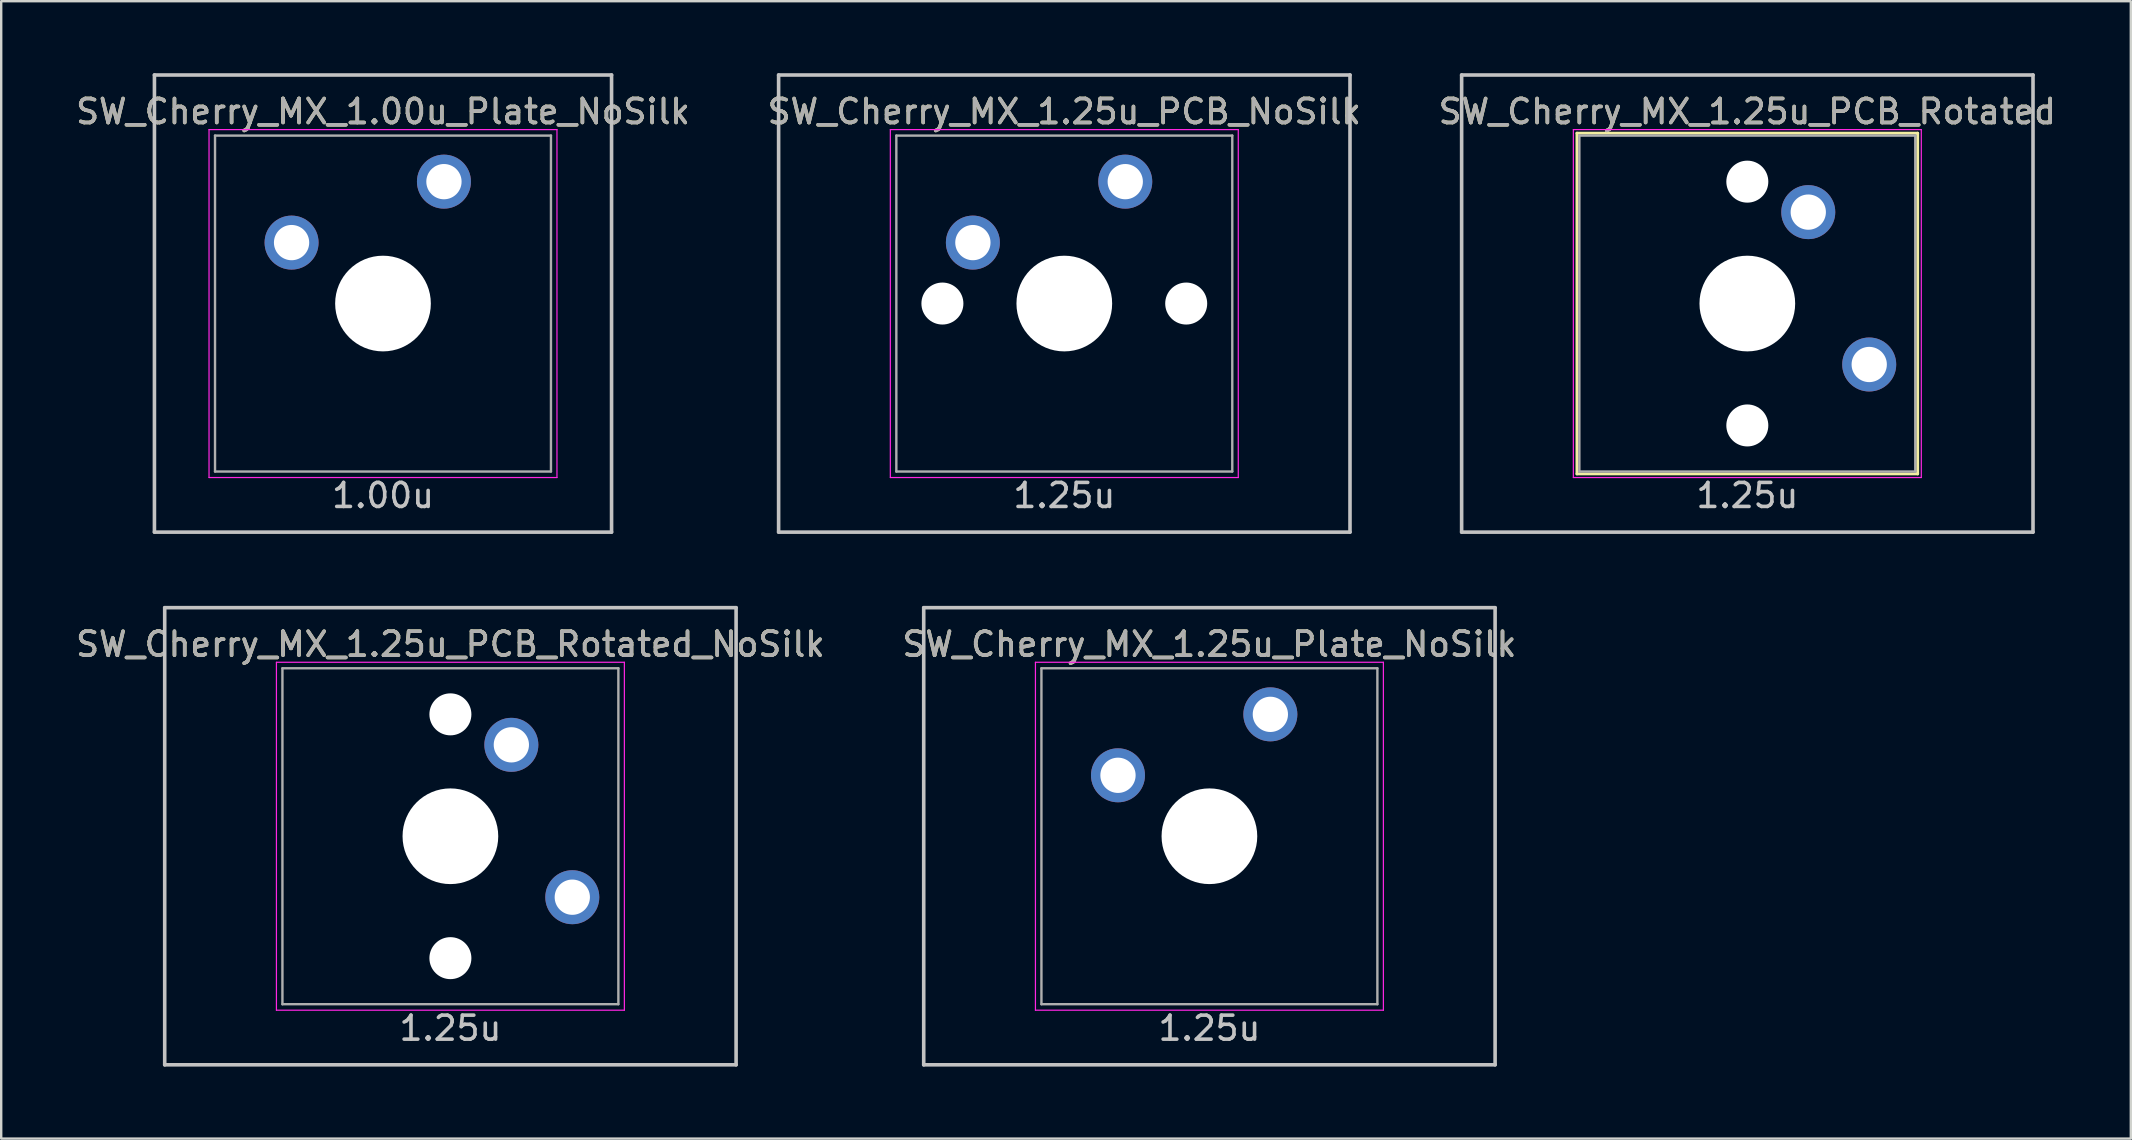
<source format=kicad_pcb>
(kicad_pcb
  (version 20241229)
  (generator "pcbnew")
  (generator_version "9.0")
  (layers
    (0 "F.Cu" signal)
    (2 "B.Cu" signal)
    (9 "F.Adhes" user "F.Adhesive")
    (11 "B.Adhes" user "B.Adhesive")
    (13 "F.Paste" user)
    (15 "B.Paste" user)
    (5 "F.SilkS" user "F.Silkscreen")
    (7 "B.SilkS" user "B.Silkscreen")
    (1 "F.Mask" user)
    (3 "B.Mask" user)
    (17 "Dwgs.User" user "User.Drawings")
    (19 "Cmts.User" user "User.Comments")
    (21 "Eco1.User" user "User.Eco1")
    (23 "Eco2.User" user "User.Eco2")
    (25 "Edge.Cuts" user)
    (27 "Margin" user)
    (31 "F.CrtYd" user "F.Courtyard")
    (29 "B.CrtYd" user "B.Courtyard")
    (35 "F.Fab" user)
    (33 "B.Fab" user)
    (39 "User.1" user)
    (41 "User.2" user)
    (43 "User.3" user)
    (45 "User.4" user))
  (footprint "SW_Cherry_MX_1.25u_Plate_NoSilk"
    (layer "F.Cu")
    (at 47.351 31.8)
    (property "Reference" "SW_Cherry_MX_1.25u_Plate_NoSilk" (at 0 -8 0) (layer "F.SilkS") (effects (font (size 1 1) (thickness 0.15))))
    (attr through_hole)
    (fp_line (start -11.906 -9.525) (end 11.906 -9.525) (stroke (width 0.15) (type solid)) (layer "Dwgs.User"))
    (fp_line (start -11.906 9.525) (end -11.906 -9.525) (stroke (width 0.15) (type solid)) (layer "Dwgs.User"))
    (fp_line (start -11.906 9.525) (end 11.906 9.525) (stroke (width 0.15) (type solid)) (layer "Dwgs.User"))
    (fp_line (start 11.906 -9.525) (end 11.906 9.525) (stroke (width 0.15) (type solid)) (layer "Dwgs.User"))
    (fp_line (start -7.25 -7.25) (end 7.25 -7.25) (stroke (width 0.05) (type solid)) (layer "F.CrtYd"))
    (fp_line (start -7.25 7.25) (end -7.25 -7.25) (stroke (width 0.05) (type solid)) (layer "F.CrtYd"))
    (fp_line (start 7.25 -7.25) (end 7.25 7.25) (stroke (width 0.05) (type solid)) (layer "F.CrtYd"))
    (fp_line (start 7.25 7.25) (end -7.25 7.25) (stroke (width 0.05) (type solid)) (layer "F.CrtYd"))
    (fp_line (start -7 -7) (end 7 -7) (stroke (width 0.1) (type solid)) (layer "F.Fab"))
    (fp_line (start -7 7) (end -7 -7) (stroke (width 0.1) (type solid)) (layer "F.Fab"))
    (fp_line (start 7 -7) (end 7 7) (stroke (width 0.1) (type solid)) (layer "F.Fab"))
    (fp_line (start 7 7) (end -7 7) (stroke (width 0.1) (type solid)) (layer "F.Fab"))
    (fp_text user "1.25u" (at 0 8 0) (layer "Dwgs.User") (effects (font (size 1 1) (thickness 0.15))))
    (fp_text user "${REFERENCE}" (at 0 -8 0) (layer "F.Fab") (effects (font (size 1 1) (thickness 0.15))))
    (pad "" np_thru_hole circle (at 0 0) (size 3.988 3.988) (drill 3.988) (layers "*.Cu" "*.Mask"))
    (pad "1" thru_hole circle (at -3.81 -2.54) (size 2.25 2.25) (drill 1.47) (layers "*.Cu" "B.Mask"))
    (pad "2" thru_hole circle (at 2.54 -5.08) (size 2.25 2.25) (drill 1.47) (layers "*.Cu" "B.Mask")))
  (footprint "SW_Cherry_MX_1.25u_PCB_Rotated_NoSilk"
    (layer "F.Cu")
    (at 15.72 31.8)
    (property "Reference" "SW_Cherry_MX_1.25u_PCB_Rotated_NoSilk" (at 0 -8 0) (layer "F.SilkS") (effects (font (size 1 1) (thickness 0.15))))
    (attr through_hole)
    (fp_line (start -11.906 -9.525) (end 11.906 -9.525) (stroke (width 0.15) (type solid)) (layer "Dwgs.User"))
    (fp_line (start -11.906 9.525) (end -11.906 -9.525) (stroke (width 0.15) (type solid)) (layer "Dwgs.User"))
    (fp_line (start -11.906 9.525) (end 11.906 9.525) (stroke (width 0.15) (type solid)) (layer "Dwgs.User"))
    (fp_line (start 11.906 -9.525) (end 11.906 9.525) (stroke (width 0.15) (type solid)) (layer "Dwgs.User"))
    (fp_line (start -7.25 -7.25) (end 7.25 -7.25) (stroke (width 0.05) (type solid)) (layer "F.CrtYd"))
    (fp_line (start -7.25 7.25) (end -7.25 -7.25) (stroke (width 0.05) (type solid)) (layer "F.CrtYd"))
    (fp_line (start 7.25 -7.25) (end 7.25 7.25) (stroke (width 0.05) (type solid)) (layer "F.CrtYd"))
    (fp_line (start 7.25 7.25) (end -7.25 7.25) (stroke (width 0.05) (type solid)) (layer "F.CrtYd"))
    (fp_line (start -7 -7) (end 7 -7) (stroke (width 0.1) (type solid)) (layer "F.Fab"))
    (fp_line (start -7 7) (end -7 -7) (stroke (width 0.1) (type solid)) (layer "F.Fab"))
    (fp_line (start 7 -7) (end 7 7) (stroke (width 0.1) (type solid)) (layer "F.Fab"))
    (fp_line (start 7 7) (end -7 7) (stroke (width 0.1) (type solid)) (layer "F.Fab"))
    (fp_text user "1.25u" (at 0 8 0) (layer "Dwgs.User") (effects (font (size 1 1) (thickness 0.15))))
    (fp_text user "${REFERENCE}" (at 0 -8 0) (layer "F.Fab") (effects (font (size 1 1) (thickness 0.15))))
    (pad "" np_thru_hole circle (at 0 -5.08 318.1) (size 1.75 1.75) (drill 1.75) (layers "*.Cu" "*.Mask"))
    (pad "" np_thru_hole circle (at 0 0 270) (size 3.988 3.988) (drill 3.988) (layers "*.Cu" "*.Mask"))
    (pad "" np_thru_hole circle (at 0 5.08 318.1) (size 1.75 1.75) (drill 1.75) (layers "*.Cu" "*.Mask"))
    (pad "1" thru_hole circle (at 2.54 -3.81 270) (size 2.25 2.25) (drill 1.47) (layers "*.Cu" "B.Mask"))
    (pad "2" thru_hole circle (at 5.08 2.54 270) (size 2.25 2.25) (drill 1.47) (layers "*.Cu" "B.Mask")))
  (footprint "SW_Cherry_MX_1.25u_PCB_Rotated"
    (layer "F.Cu")
    (at 69.768 9.6)
    (property "Reference" "SW_Cherry_MX_1.25u_PCB_Rotated" (at 0 -8 0) (layer "F.SilkS") (effects (font (size 1 1) (thickness 0.15))))
    (attr through_hole)
    (fp_line (start -7.1 -7.1) (end 7.1 -7.1) (stroke (width 0.12) (type solid)) (layer "F.SilkS"))
    (fp_line (start -7.1 7.1) (end -7.1 -7.1) (stroke (width 0.12) (type solid)) (layer "F.SilkS"))
    (fp_line (start 7.1 -7.1) (end 7.1 7.1) (stroke (width 0.12) (type solid)) (layer "F.SilkS"))
    (fp_line (start 7.1 7.1) (end -7.1 7.1) (stroke (width 0.12) (type solid)) (layer "F.SilkS"))
    (fp_line (start -11.906 -9.525) (end 11.906 -9.525) (stroke (width 0.15) (type solid)) (layer "Dwgs.User"))
    (fp_line (start -11.906 9.525) (end -11.906 -9.525) (stroke (width 0.15) (type solid)) (layer "Dwgs.User"))
    (fp_line (start -11.906 9.525) (end 11.906 9.525) (stroke (width 0.15) (type solid)) (layer "Dwgs.User"))
    (fp_line (start 11.906 -9.525) (end 11.906 9.525) (stroke (width 0.15) (type solid)) (layer "Dwgs.User"))
    (fp_line (start -7.25 -7.25) (end 7.25 -7.25) (stroke (width 0.05) (type solid)) (layer "F.CrtYd"))
    (fp_line (start -7.25 7.25) (end -7.25 -7.25) (stroke (width 0.05) (type solid)) (layer "F.CrtYd"))
    (fp_line (start 7.25 -7.25) (end 7.25 7.25) (stroke (width 0.05) (type solid)) (layer "F.CrtYd"))
    (fp_line (start 7.25 7.25) (end -7.25 7.25) (stroke (width 0.05) (type solid)) (layer "F.CrtYd"))
    (fp_line (start -7 -7) (end 7 -7) (stroke (width 0.1) (type solid)) (layer "F.Fab"))
    (fp_line (start -7 7) (end -7 -7) (stroke (width 0.1) (type solid)) (layer "F.Fab"))
    (fp_line (start 7 -7) (end 7 7) (stroke (width 0.1) (type solid)) (layer "F.Fab"))
    (fp_line (start 7 7) (end -7 7) (stroke (width 0.1) (type solid)) (layer "F.Fab"))
    (fp_text user "1.25u" (at 0 8 0) (layer "Dwgs.User") (effects (font (size 1 1) (thickness 0.15))))
    (fp_text user "${REFERENCE}" (at 0 -8 0) (layer "F.Fab") (effects (font (size 1 1) (thickness 0.15))))
    (pad "" np_thru_hole circle (at 0 -5.08 318.1) (size 1.75 1.75) (drill 1.75) (layers "*.Cu" "*.Mask"))
    (pad "" np_thru_hole circle (at 0 0 270) (size 3.988 3.988) (drill 3.988) (layers "*.Cu" "*.Mask"))
    (pad "" np_thru_hole circle (at 0 5.08 318.1) (size 1.75 1.75) (drill 1.75) (layers "*.Cu" "*.Mask"))
    (pad "1" thru_hole circle (at 2.54 -3.81 270) (size 2.25 2.25) (drill 1.47) (layers "*.Cu" "B.Mask"))
    (pad "2" thru_hole circle (at 5.08 2.54 270) (size 2.25 2.25) (drill 1.47) (layers "*.Cu" "B.Mask")))
  (footprint "SW_Cherry_MX_1.25u_PCB_NoSilk"
    (layer "F.Cu")
    (at 41.304 9.6)
    (property "Reference" "SW_Cherry_MX_1.25u_PCB_NoSilk" (at 0 -8 0) (layer "F.SilkS") (effects (font (size 1 1) (thickness 0.15))))
    (attr through_hole)
    (fp_line (start -11.906 -9.525) (end 11.906 -9.525) (stroke (width 0.15) (type solid)) (layer "Dwgs.User"))
    (fp_line (start -11.906 9.525) (end -11.906 -9.525) (stroke (width 0.15) (type solid)) (layer "Dwgs.User"))
    (fp_line (start -11.906 9.525) (end 11.906 9.525) (stroke (width 0.15) (type solid)) (layer "Dwgs.User"))
    (fp_line (start 11.906 -9.525) (end 11.906 9.525) (stroke (width 0.15) (type solid)) (layer "Dwgs.User"))
    (fp_line (start -7.25 -7.25) (end 7.25 -7.25) (stroke (width 0.05) (type solid)) (layer "F.CrtYd"))
    (fp_line (start -7.25 7.25) (end -7.25 -7.25) (stroke (width 0.05) (type solid)) (layer "F.CrtYd"))
    (fp_line (start 7.25 -7.25) (end 7.25 7.25) (stroke (width 0.05) (type solid)) (layer "F.CrtYd"))
    (fp_line (start 7.25 7.25) (end -7.25 7.25) (stroke (width 0.05) (type solid)) (layer "F.CrtYd"))
    (fp_line (start -7 -7) (end 7 -7) (stroke (width 0.1) (type solid)) (layer "F.Fab"))
    (fp_line (start -7 7) (end -7 -7) (stroke (width 0.1) (type solid)) (layer "F.Fab"))
    (fp_line (start 7 -7) (end 7 7) (stroke (width 0.1) (type solid)) (layer "F.Fab"))
    (fp_line (start 7 7) (end -7 7) (stroke (width 0.1) (type solid)) (layer "F.Fab"))
    (fp_text user "1.25u" (at 0 8 0) (layer "Dwgs.User") (effects (font (size 1 1) (thickness 0.15))))
    (fp_text user "${REFERENCE}" (at 0 -8 0) (layer "F.Fab") (effects (font (size 1 1) (thickness 0.15))))
    (pad "" np_thru_hole circle (at -5.08 0 48.1) (size 1.75 1.75) (drill 1.75) (layers "*.Cu" "*.Mask"))
    (pad "" np_thru_hole circle (at 0 0) (size 3.988 3.988) (drill 3.988) (layers "*.Cu" "*.Mask"))
    (pad "" np_thru_hole circle (at 5.08 0 48.1) (size 1.75 1.75) (drill 1.75) (layers "*.Cu" "*.Mask"))
    (pad "1" thru_hole circle (at -3.81 -2.54) (size 2.25 2.25) (drill 1.47) (layers "*.Cu" "B.Mask"))
    (pad "2" thru_hole circle (at 2.54 -5.08) (size 2.25 2.25) (drill 1.47) (layers "*.Cu" "B.Mask")))
  (footprint "SW_Cherry_MX_1.00u_Plate_NoSilk"
    (layer "F.Cu")
    (at 12.911 9.6)
    (property "Reference" "SW_Cherry_MX_1.00u_Plate_NoSilk" (at 0 -8 0) (layer "F.SilkS") (effects (font (size 1 1) (thickness 0.15))))
    (attr through_hole)
    (fp_line (start -9.525 -9.525) (end 9.525 -9.525) (stroke (width 0.15) (type solid)) (layer "Dwgs.User"))
    (fp_line (start -9.525 9.525) (end -9.525 -9.525) (stroke (width 0.15) (type solid)) (layer "Dwgs.User"))
    (fp_line (start 9.525 -9.525) (end 9.525 9.525) (stroke (width 0.15) (type solid)) (layer "Dwgs.User"))
    (fp_line (start 9.525 9.525) (end -9.525 9.525) (stroke (width 0.15) (type solid)) (layer "Dwgs.User"))
    (fp_line (start -7.25 -7.25) (end 7.25 -7.25) (stroke (width 0.05) (type solid)) (layer "F.CrtYd"))
    (fp_line (start -7.25 7.25) (end -7.25 -7.25) (stroke (width 0.05) (type solid)) (layer "F.CrtYd"))
    (fp_line (start 7.25 -7.25) (end 7.25 7.25) (stroke (width 0.05) (type solid)) (layer "F.CrtYd"))
    (fp_line (start 7.25 7.25) (end -7.25 7.25) (stroke (width 0.05) (type solid)) (layer "F.CrtYd"))
    (fp_line (start -7 -7) (end 7 -7) (stroke (width 0.1) (type solid)) (layer "F.Fab"))
    (fp_line (start -7 7) (end -7 -7) (stroke (width 0.1) (type solid)) (layer "F.Fab"))
    (fp_line (start 7 -7) (end 7 7) (stroke (width 0.1) (type solid)) (layer "F.Fab"))
    (fp_line (start 7 7) (end -7 7) (stroke (width 0.1) (type solid)) (layer "F.Fab"))
    (fp_text user "1.00u" (at 0 8 0) (layer "Dwgs.User") (effects (font (size 1 1) (thickness 0.15))))
    (fp_text user "${REFERENCE}" (at 0 -8 0) (layer "F.Fab") (effects (font (size 1 1) (thickness 0.15))))
    (pad "" np_thru_hole circle (at 0 0) (size 3.988 3.988) (drill 3.988) (layers "*.Cu" "*.Mask"))
    (pad "1" thru_hole circle (at -3.81 -2.54) (size 2.25 2.25) (drill 1.47) (layers "*.Cu" "B.Mask"))
    (pad "2" thru_hole circle (at 2.54 -5.08) (size 2.25 2.25) (drill 1.47) (layers "*.Cu" "B.Mask")))
  (gr_rect
    (start -3 -3)
    (end 85.75 44.4)
    (stroke (width 0.1) (type default))
    (fill no)
    (layer "Edge.Cuts")))
</source>
